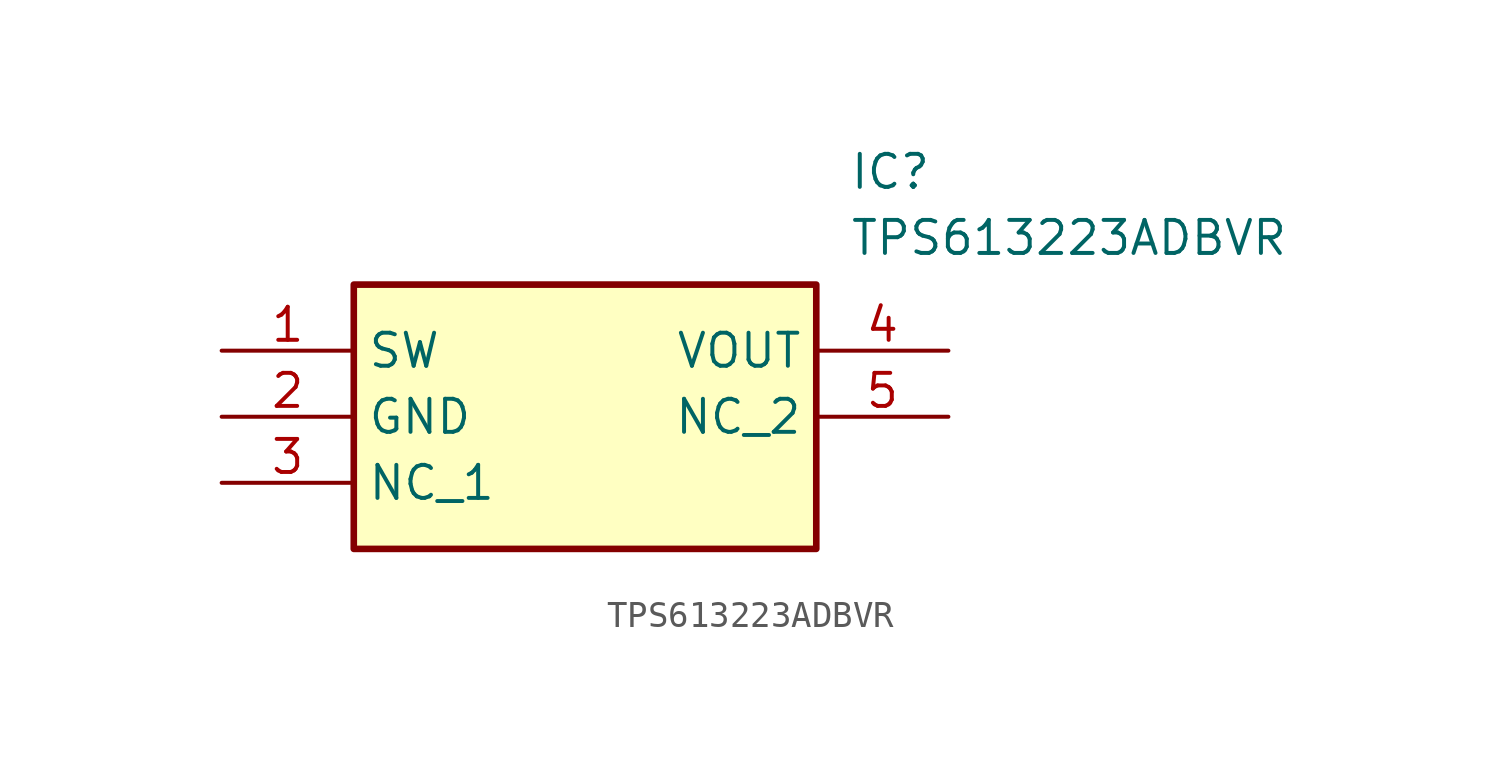
<source format=kicad_sym>
(kicad_symbol_lib
  (version 20211014)
  (generator SamacSys_ECAD_Model)
  (symbol "TPS613223ADBVR"
    (property "Reference" "IC"
      (at 24.13 7.62 0)
      (effects (font (size 1.27 1.27)) (justify left top)))
    (property "Value" "TPS613223ADBVR"
      (at 24.13 5.08 0)
      (effects (font (size 1.27 1.27)) (justify left top)))
    (rectangle
      (start 5.08 2.54)
      (end 22.86 -7.62)
      (stroke (width 0.254) (type default))
      (fill (type background)))
    (pin passive line
      (at 0 0 0)
      (length 5.08)
      (name "SW" (effects (font (size 1.27 1.27))))
      (number "1" (effects (font (size 1.27 1.27)))))
    (pin passive line
      (at 0 -2.54 0)
      (length 5.08)
      (name "GND" (effects (font (size 1.27 1.27))))
      (number "2" (effects (font (size 1.27 1.27)))))
    (pin passive line
      (at 0 -5.08 0)
      (length 5.08)
      (name "NC_1" (effects (font (size 1.27 1.27))))
      (number "3" (effects (font (size 1.27 1.27)))))
    (pin passive line
      (at 27.94 0 180)
      (length 5.08)
      (name "VOUT" (effects (font (size 1.27 1.27))))
      (number "4" (effects (font (size 1.27 1.27)))))
    (pin passive line
      (at 27.94 -2.54 180)
      (length 5.08)
      (name "NC_2" (effects (font (size 1.27 1.27))))
      (number "5" (effects (font (size 1.27 1.27)))))))
</source>
